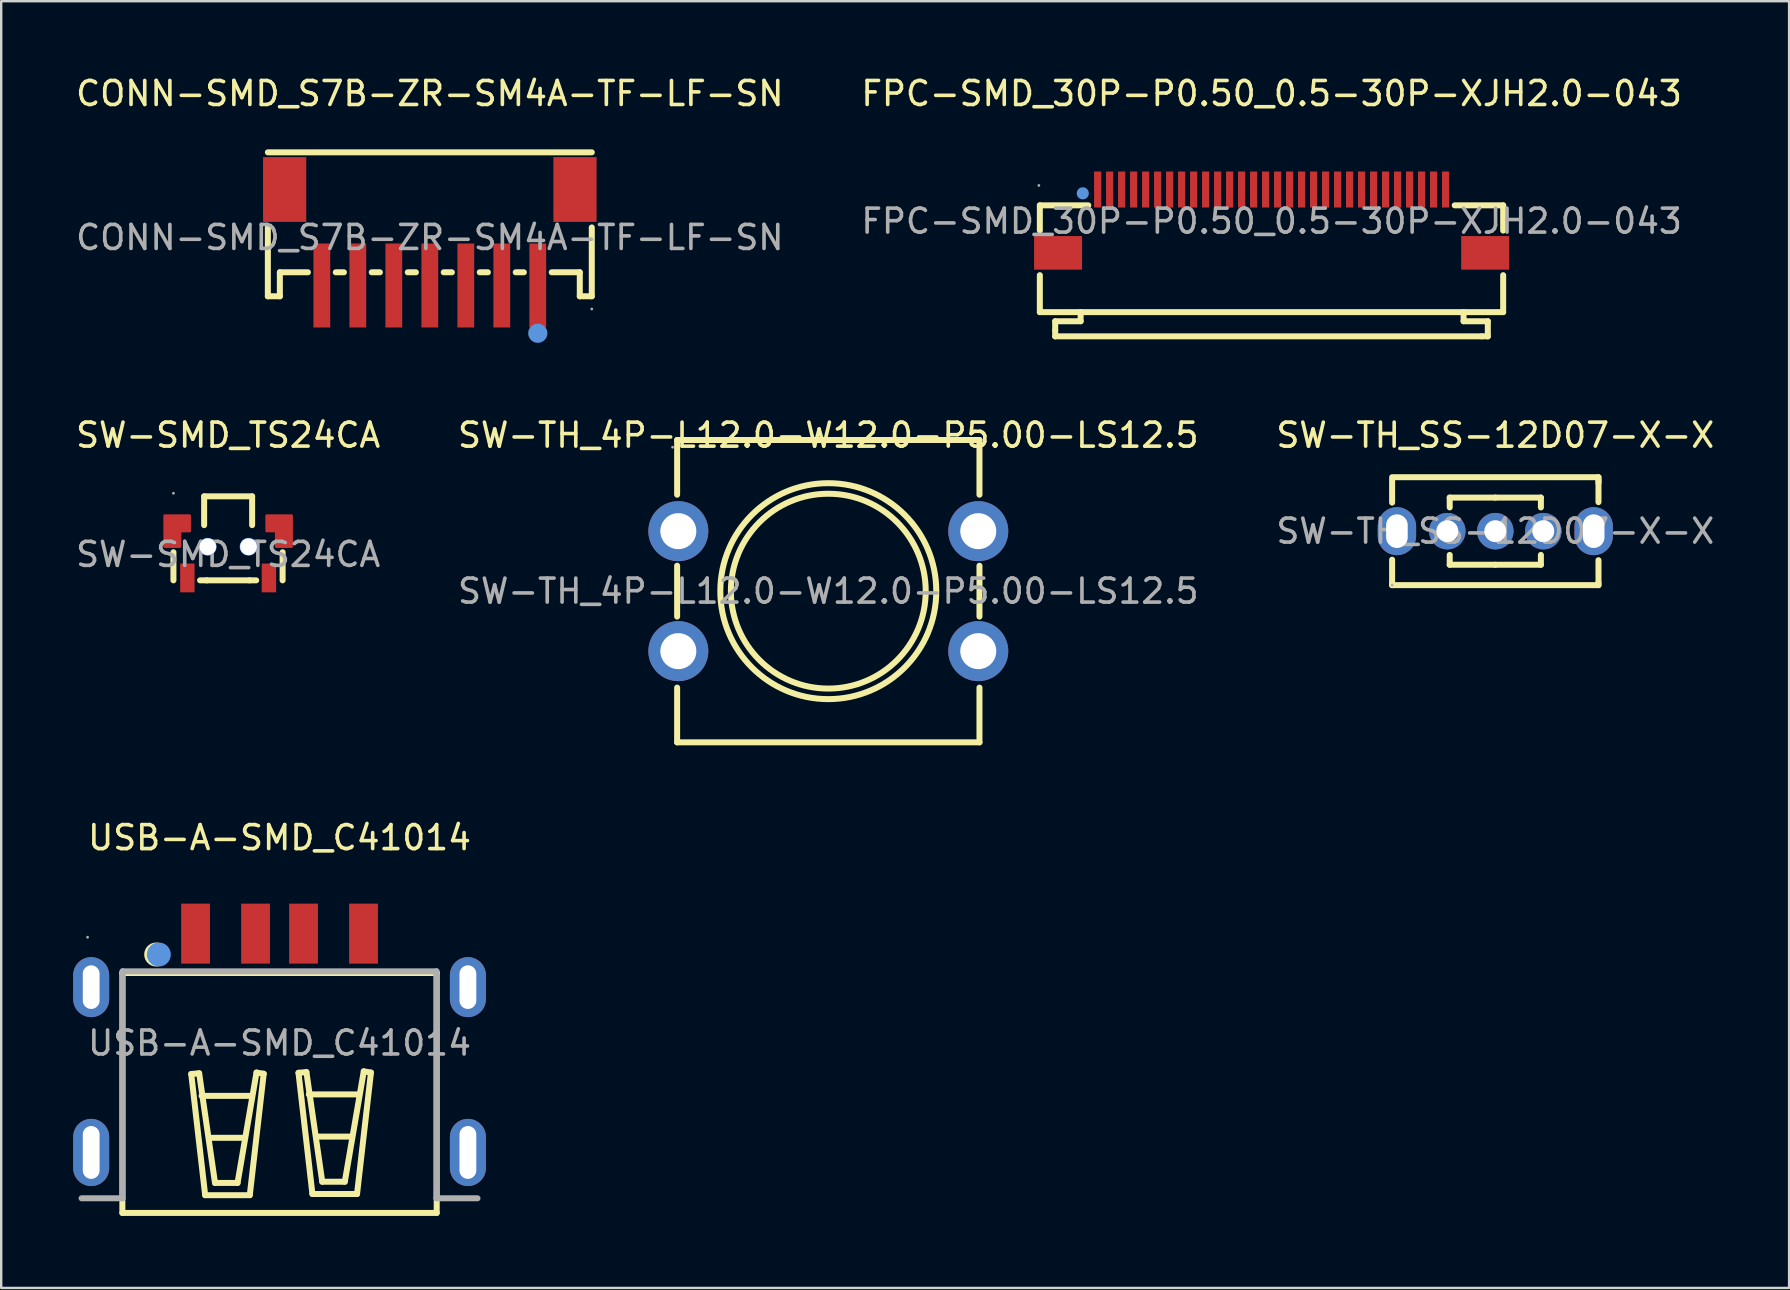
<source format=kicad_pcb>
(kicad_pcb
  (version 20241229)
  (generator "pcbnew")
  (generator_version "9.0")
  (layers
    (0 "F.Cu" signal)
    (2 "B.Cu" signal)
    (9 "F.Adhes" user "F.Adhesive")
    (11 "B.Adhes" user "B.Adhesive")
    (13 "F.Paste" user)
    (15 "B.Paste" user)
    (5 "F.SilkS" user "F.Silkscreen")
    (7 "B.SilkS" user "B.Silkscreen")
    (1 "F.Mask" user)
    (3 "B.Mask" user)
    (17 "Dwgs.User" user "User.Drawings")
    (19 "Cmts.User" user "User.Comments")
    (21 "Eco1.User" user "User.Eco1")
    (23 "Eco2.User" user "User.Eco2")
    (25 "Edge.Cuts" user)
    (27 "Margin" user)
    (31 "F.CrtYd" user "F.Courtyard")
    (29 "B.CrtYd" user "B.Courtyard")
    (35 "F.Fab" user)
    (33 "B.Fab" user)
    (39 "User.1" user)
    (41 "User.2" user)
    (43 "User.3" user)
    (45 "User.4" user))
  (footprint "SW-TH_SS-12D07-X-X"
    (layer "F.Cu")
    (at 59.268 19.087)
    (property "Reference" "SW-TH_SS-12D07-X-X" (at 0 -4 0) (layer "F.SilkS") (effects (font (size 1 1) (thickness 0.15))))
    (attr through_hole)
    (fp_line (start -4.3 -2.25) (end 4.3 -2.25) (stroke (width 0.25) (type solid)) (layer "F.SilkS"))
    (fp_line (start -4.3 -2.15) (end -4.3 -1.19) (stroke (width 0.25) (type solid)) (layer "F.SilkS"))
    (fp_line (start -4.3 1.19) (end -4.3 2.15) (stroke (width 0.25) (type solid)) (layer "F.SilkS"))
    (fp_line (start -4.3 2.15) (end -4.3 2.25) (stroke (width 0.25) (type solid)) (layer "F.SilkS"))
    (fp_line (start -4.3 2.25) (end 4.3 2.25) (stroke (width 0.25) (type solid)) (layer "F.SilkS"))
    (fp_line (start -1.9 -1.4) (end 0 -1.4) (stroke (width 0.25) (type solid)) (layer "F.SilkS"))
    (fp_line (start -1.9 -0.99) (end -1.9 -1.4) (stroke (width 0.25) (type solid)) (layer "F.SilkS"))
    (fp_line (start -1.9 1.4) (end -1.9 0.99) (stroke (width 0.25) (type solid)) (layer "F.SilkS"))
    (fp_line (start 0 -1.4) (end 1.9 -1.4) (stroke (width 0.25) (type solid)) (layer "F.SilkS"))
    (fp_line (start 0 1.4) (end -1.9 1.4) (stroke (width 0.25) (type solid)) (layer "F.SilkS"))
    (fp_line (start 1.9 -1.4) (end 1.9 -0.99) (stroke (width 0.25) (type solid)) (layer "F.SilkS"))
    (fp_line (start 1.9 0.99) (end 1.9 1.4) (stroke (width 0.25) (type solid)) (layer "F.SilkS"))
    (fp_line (start 1.9 1.4) (end 0 1.4) (stroke (width 0.25) (type solid)) (layer "F.SilkS"))
    (fp_line (start 4.3 -2.15) (end 4.3 -1.21) (stroke (width 0.25) (type solid)) (layer "F.SilkS"))
    (fp_line (start 4.3 -2.02) (end 4.3 -2.25) (stroke (width 0.25) (type solid)) (layer "F.SilkS"))
    (fp_line (start 4.3 1.21) (end 4.3 2.15) (stroke (width 0.25) (type solid)) (layer "F.SilkS"))
    (fp_line (start 4.3 2.15) (end 4.3 2.25) (stroke (width 0.25) (type solid)) (layer "F.SilkS"))
    (fp_circle (center -4.3 2.25) (end -4.27 2.25) (stroke (width 0.06) (type solid)) (fill no) (layer "F.Fab"))
    (fp_text user "${REFERENCE}" (at 0 0 0) (layer "F.Fab") (effects (font (size 1 1) (thickness 0.15))))
    (pad "1" thru_hole circle (at -2 0) (size 1.52 1.52) (drill 0.914) (layers "*.Cu" "*.Mask"))
    (pad "2" thru_hole circle (at 0 0) (size 1.52 1.52) (drill 0.914) (layers "*.Cu" "*.Mask"))
    (pad "3" thru_hole circle (at 2 0) (size 1.52 1.52) (drill 0.914) (layers "*.Cu" "*.Mask"))
    (pad "EH" thru_hole oval (at -4.1 0) (size 1.6 2) (drill oval 0.9 1.4) (layers "*.Cu" "*.Mask"))
    (pad "EH" thru_hole oval (at 4.1 0) (size 1.6 2) (drill oval 0.9 1.4) (layers "*.Cu" "*.Mask")))
  (footprint "FPC-SMD_30P-P0.50_0.5-30P-XJH2.0-043"
    (layer "F.Cu")
    (at 49.946 6.168)
    (property "Reference" "FPC-SMD_30P-P0.50_0.5-30P-XJH2.0-043" (at 0 -5.32 0) (layer "F.SilkS") (effects (font (size 1 1) (thickness 0.15))))
    (attr smd)
    (fp_line (start -9.66 -0.66) (end -7.64 -0.66) (stroke (width 0.25) (type solid)) (layer "F.SilkS"))
    (fp_line (start -9.66 0.39) (end -9.66 -0.66) (stroke (width 0.25) (type solid)) (layer "F.SilkS"))
    (fp_line (start -9.66 3.79) (end -9.66 2.25) (stroke (width 0.25) (type solid)) (layer "F.SilkS"))
    (fp_line (start -9.02 4.17) (end -9.02 4.55) (stroke (width 0.25) (type solid)) (layer "F.SilkS"))
    (fp_line (start -9.02 4.55) (end -9.02 4.8) (stroke (width 0.25) (type solid)) (layer "F.SilkS"))
    (fp_line (start -9.02 4.8) (end 8.76 4.8) (stroke (width 0.25) (type solid)) (layer "F.SilkS"))
    (fp_line (start -7.96 3.79) (end -7.96 4.17) (stroke (width 0.25) (type solid)) (layer "F.SilkS"))
    (fp_line (start -7.96 4.17) (end -9.02 4.17) (stroke (width 0.25) (type solid)) (layer "F.SilkS"))
    (fp_line (start 7.63 -0.66) (end 9.65 -0.66) (stroke (width 0.25) (type solid)) (layer "F.SilkS"))
    (fp_line (start 8 4.17) (end 8 3.79) (stroke (width 0.25) (type solid)) (layer "F.SilkS"))
    (fp_line (start 8.76 4.8) (end 9.01 4.8) (stroke (width 0.25) (type solid)) (layer "F.SilkS"))
    (fp_line (start 9.01 4.17) (end 8 4.17) (stroke (width 0.25) (type solid)) (layer "F.SilkS"))
    (fp_line (start 9.01 4.8) (end 9.01 4.17) (stroke (width 0.25) (type solid)) (layer "F.SilkS"))
    (fp_line (start 9.65 -0.66) (end 9.65 0.39) (stroke (width 0.25) (type solid)) (layer "F.SilkS"))
    (fp_line (start 9.65 2.25) (end 9.65 3.79) (stroke (width 0.25) (type solid)) (layer "F.SilkS"))
    (fp_line (start 9.65 3.79) (end -9.66 3.79) (stroke (width 0.25) (type solid)) (layer "F.SilkS"))
    (fp_circle (center -7.87 -1.16) (end -7.74 -1.16) (stroke (width 0.25) (type solid)) (fill no) (layer "Cmts.User"))
    (fp_circle (center -9.7 -1.49) (end -9.67 -1.49) (stroke (width 0.06) (type solid)) (fill no) (layer "F.Fab"))
    (fp_text user "${REFERENCE}" (at 0 0 0) (layer "F.Fab") (effects (font (size 1 1) (thickness 0.15))))
    (pad "1" smd rect (at -7.25 -1.32) (size 0.3 1.5) (layers "F.Cu" "F.Mask" "F.Paste"))
    (pad "2" smd rect (at -6.75 -1.32) (size 0.3 1.5) (layers "F.Cu" "F.Mask" "F.Paste"))
    (pad "3" smd rect (at -6.25 -1.32) (size 0.3 1.5) (layers "F.Cu" "F.Mask" "F.Paste"))
    (pad "4" smd rect (at -5.75 -1.32) (size 0.3 1.5) (layers "F.Cu" "F.Mask" "F.Paste"))
    (pad "5" smd rect (at -5.25 -1.32) (size 0.3 1.5) (layers "F.Cu" "F.Mask" "F.Paste"))
    (pad "6" smd rect (at -4.75 -1.32) (size 0.3 1.5) (layers "F.Cu" "F.Mask" "F.Paste"))
    (pad "7" smd rect (at -4.25 -1.32) (size 0.3 1.5) (layers "F.Cu" "F.Mask" "F.Paste"))
    (pad "8" smd rect (at -3.75 -1.32) (size 0.3 1.5) (layers "F.Cu" "F.Mask" "F.Paste"))
    (pad "9" smd rect (at -3.25 -1.32) (size 0.3 1.5) (layers "F.Cu" "F.Mask" "F.Paste"))
    (pad "10" smd rect (at -2.75 -1.32) (size 0.3 1.5) (layers "F.Cu" "F.Mask" "F.Paste"))
    (pad "11" smd rect (at -2.25 -1.32) (size 0.3 1.5) (layers "F.Cu" "F.Mask" "F.Paste"))
    (pad "12" smd rect (at -1.75 -1.32) (size 0.3 1.5) (layers "F.Cu" "F.Mask" "F.Paste"))
    (pad "13" smd rect (at -1.25 -1.32) (size 0.3 1.5) (layers "F.Cu" "F.Mask" "F.Paste"))
    (pad "14" smd rect (at -0.75 -1.32) (size 0.3 1.5) (layers "F.Cu" "F.Mask" "F.Paste"))
    (pad "15" smd rect (at -0.25 -1.32) (size 0.3 1.5) (layers "F.Cu" "F.Mask" "F.Paste"))
    (pad "16" smd rect (at 0.25 -1.32) (size 0.3 1.5) (layers "F.Cu" "F.Mask" "F.Paste"))
    (pad "17" smd rect (at 0.75 -1.32) (size 0.3 1.5) (layers "F.Cu" "F.Mask" "F.Paste"))
    (pad "18" smd rect (at 1.25 -1.32) (size 0.3 1.5) (layers "F.Cu" "F.Mask" "F.Paste"))
    (pad "19" smd rect (at 1.75 -1.32) (size 0.3 1.5) (layers "F.Cu" "F.Mask" "F.Paste"))
    (pad "20" smd rect (at 2.25 -1.32) (size 0.3 1.5) (layers "F.Cu" "F.Mask" "F.Paste"))
    (pad "21" smd rect (at 2.75 -1.32) (size 0.3 1.5) (layers "F.Cu" "F.Mask" "F.Paste"))
    (pad "22" smd rect (at 3.25 -1.32) (size 0.3 1.5) (layers "F.Cu" "F.Mask" "F.Paste"))
    (pad "23" smd rect (at 3.75 -1.32) (size 0.3 1.5) (layers "F.Cu" "F.Mask" "F.Paste"))
    (pad "24" smd rect (at 4.25 -1.32) (size 0.3 1.5) (layers "F.Cu" "F.Mask" "F.Paste"))
    (pad "25" smd rect (at 4.75 -1.32) (size 0.3 1.5) (layers "F.Cu" "F.Mask" "F.Paste"))
    (pad "26" smd rect (at 5.25 -1.32) (size 0.3 1.5) (layers "F.Cu" "F.Mask" "F.Paste"))
    (pad "27" smd rect (at 5.75 -1.32) (size 0.3 1.5) (layers "F.Cu" "F.Mask" "F.Paste"))
    (pad "28" smd rect (at 6.25 -1.32) (size 0.3 1.5) (layers "F.Cu" "F.Mask" "F.Paste"))
    (pad "29" smd rect (at 6.75 -1.32) (size 0.3 1.5) (layers "F.Cu" "F.Mask" "F.Paste"))
    (pad "30" smd rect (at 7.25 -1.32) (size 0.3 1.5) (layers "F.Cu" "F.Mask" "F.Paste"))
    (pad "31" smd rect (at -8.9 1.32) (size 2 1.4) (layers "F.Cu" "F.Mask" "F.Paste"))
    (pad "32" smd rect (at 8.9 1.32) (size 2 1.4) (layers "F.Cu" "F.Mask" "F.Paste")))
  (footprint "SW-TH_4P-L12.0-W12.0-P5.00-LS12.5"
    (layer "F.Cu")
    (at 31.47 21.587)
    (property "Reference" "SW-TH_4P-L12.0-W12.0-P5.00-LS12.5" (at 0 -6.5 0) (layer "F.SilkS") (effects (font (size 1 1) (thickness 0.15))))
    (attr through_hole)
    (fp_line (start -6.3 -6.3) (end -6.3 -4.02) (stroke (width 0.25) (type solid)) (layer "F.SilkS"))
    (fp_line (start -6.3 -6.3) (end 6.3 -6.3) (stroke (width 0.25) (type solid)) (layer "F.SilkS"))
    (fp_line (start -6.3 -1.06) (end -6.3 1.06) (stroke (width 0.25) (type solid)) (layer "F.SilkS"))
    (fp_line (start -6.3 4.02) (end -6.3 6.3) (stroke (width 0.25) (type solid)) (layer "F.SilkS"))
    (fp_line (start -6.3 6.3) (end 6.3 6.3) (stroke (width 0.25) (type solid)) (layer "F.SilkS"))
    (fp_line (start 6.3 -6.3) (end 6.3 -4.02) (stroke (width 0.25) (type solid)) (layer "F.SilkS"))
    (fp_line (start 6.3 -1.06) (end 6.3 1.06) (stroke (width 0.25) (type solid)) (layer "F.SilkS"))
    (fp_line (start 6.3 4.02) (end 6.3 6.3) (stroke (width 0.25) (type solid)) (layer "F.SilkS"))
    (fp_circle (center 0 0) (end 4.06 0) (stroke (width 0.25) (type solid)) (fill no) (layer "F.SilkS"))
    (fp_circle (center 0 0) (end 4.5 0) (stroke (width 0.25) (type solid)) (fill no) (layer "F.SilkS"))
    (fp_circle (center -6.49 -6) (end -6.46 -6) (stroke (width 0.06) (type solid)) (fill no) (layer "F.Fab"))
    (fp_text user "${REFERENCE}" (at 0 0 0) (layer "F.Fab") (effects (font (size 1 1) (thickness 0.15))))
    (pad "1" thru_hole circle (at -6.25 -2.5 180) (size 2.5 2.5) (drill 1.5) (layers "*.Cu" "*.Mask"))
    (pad "2" thru_hole circle (at 6.25 -2.5 180) (size 2.5 2.5) (drill 1.5) (layers "*.Cu" "*.Mask"))
    (pad "3" thru_hole circle (at -6.25 2.5 180) (size 2.5 2.5) (drill 1.5) (layers "*.Cu" "*.Mask"))
    (pad "4" thru_hole circle (at 6.25 2.5 180) (size 2.5 2.5) (drill 1.5) (layers "*.Cu" "*.Mask")))
  (footprint "USB-A-SMD_C41014"
    (layer "F.Cu")
    (at 8.6 40.42)
    (property "Reference" "USB-A-SMD_C41014" (at 0 -8.56 0) (layer "F.SilkS") (effects (font (size 1 1) (thickness 0.15))))
    (attr smd)
    (fp_line (start -6.55 -2.92) (end 6.55 -2.92) (stroke (width 0.25) (type solid)) (layer "F.SilkS"))
    (fp_line (start -6.55 7.08) (end -6.55 -2.92) (stroke (width 0.25) (type solid)) (layer "F.SilkS"))
    (fp_line (start -3.68 1.29) (end -3.1 6.34) (stroke (width 0.25) (type solid)) (layer "F.SilkS"))
    (fp_line (start -3.35 1.26) (end -3.68 1.29) (stroke (width 0.25) (type solid)) (layer "F.SilkS"))
    (fp_line (start -3.25 2.2) (end -1.17 2.2) (stroke (width 0.25) (type solid)) (layer "F.SilkS"))
    (fp_line (start -3.1 6.34) (end -1.24 6.34) (stroke (width 0.25) (type solid)) (layer "F.SilkS"))
    (fp_line (start -2.92 3.95) (end -1.47 3.95) (stroke (width 0.25) (type solid)) (layer "F.SilkS"))
    (fp_line (start -2.69 5.83) (end -3.35 1.26) (stroke (width 0.25) (type solid)) (layer "F.SilkS"))
    (fp_line (start -1.75 5.83) (end -2.69 5.83) (stroke (width 0.25) (type solid)) (layer "F.SilkS"))
    (fp_line (start -1.24 6.34) (end -0.66 1.28) (stroke (width 0.25) (type solid)) (layer "F.SilkS"))
    (fp_line (start -0.96 1.23) (end -1.75 5.83) (stroke (width 0.25) (type solid)) (layer "F.SilkS"))
    (fp_line (start -0.66 1.28) (end -0.96 1.23) (stroke (width 0.25) (type solid)) (layer "F.SilkS"))
    (fp_line (start 0.79 1.24) (end 1.12 1.21) (stroke (width 0.25) (type solid)) (layer "F.SilkS"))
    (fp_line (start 1.12 1.21) (end 1.78 5.78) (stroke (width 0.25) (type solid)) (layer "F.SilkS"))
    (fp_line (start 1.22 2.14) (end 3.3 2.14) (stroke (width 0.25) (type solid)) (layer "F.SilkS"))
    (fp_line (start 1.37 6.29) (end 0.79 1.24) (stroke (width 0.25) (type solid)) (layer "F.SilkS"))
    (fp_line (start 1.55 3.9) (end 3 3.9) (stroke (width 0.25) (type solid)) (layer "F.SilkS"))
    (fp_line (start 1.78 5.78) (end 2.72 5.78) (stroke (width 0.25) (type solid)) (layer "F.SilkS"))
    (fp_line (start 2.72 5.78) (end 3.51 1.18) (stroke (width 0.25) (type solid)) (layer "F.SilkS"))
    (fp_line (start 3.23 6.29) (end 1.37 6.29) (stroke (width 0.25) (type solid)) (layer "F.SilkS"))
    (fp_line (start 3.51 1.18) (end 3.81 1.23) (stroke (width 0.25) (type solid)) (layer "F.SilkS"))
    (fp_line (start 3.81 1.23) (end 3.23 6.29) (stroke (width 0.25) (type solid)) (layer "F.SilkS"))
    (fp_line (start 6.55 -2.92) (end 6.55 7.08) (stroke (width 0.25) (type solid)) (layer "F.SilkS"))
    (fp_line (start 6.55 7.08) (end -6.55 7.08) (stroke (width 0.25) (type solid)) (layer "F.SilkS"))
    (fp_circle (center -5.14 -3.69) (end -4.89 -3.69) (stroke (width 0.5) (type solid)) (fill no) (layer "F.SilkS"))
    (fp_circle (center -5.03 -3.69) (end -4.78 -3.69) (stroke (width 0.5) (type solid)) (fill no) (layer "Cmts.User"))
    (fp_line (start -6.54 -2.99) (end -6.54 6.47) (stroke (width 0.25) (type solid)) (layer "F.Fab"))
    (fp_line (start -6.54 6.47) (end -8.25 6.47) (stroke (width 0.25) (type solid)) (layer "F.Fab"))
    (fp_line (start 6.54 -2.99) (end -6.54 -2.99) (stroke (width 0.25) (type solid)) (layer "F.Fab"))
    (fp_line (start 6.54 -2.99) (end 6.54 6.47) (stroke (width 0.25) (type solid)) (layer "F.Fab"))
    (fp_line (start 6.54 6.47) (end 8.25 6.47) (stroke (width 0.25) (type solid)) (layer "F.Fab"))
    (fp_circle (center -8 -4.41) (end -7.97 -4.41) (stroke (width 0.06) (type solid)) (fill no) (layer "F.Fab"))
    (fp_text user "${REFERENCE}" (at 0 0 0) (layer "F.Fab") (effects (font (size 1 1) (thickness 0.15))))
    (pad "1" smd rect (at -3.5 -4.56) (size 1.2 2.5) (layers "F.Cu" "F.Mask" "F.Paste"))
    (pad "2" smd rect (at -1 -4.56) (size 1.2 2.5) (layers "F.Cu" "F.Mask" "F.Paste"))
    (pad "3" smd rect (at 1 -4.56) (size 1.2 2.5) (layers "F.Cu" "F.Mask" "F.Paste"))
    (pad "4" smd rect (at 3.5 -4.56) (size 1.2 2.5) (layers "F.Cu" "F.Mask" "F.Paste"))
    (pad "5" thru_hole oval (at 7.85 -2.33) (size 1.5 2.5) (drill oval 0.7 1.818) (layers "*.Cu" "*.Mask"))
    (pad "6" thru_hole oval (at 7.85 4.56) (size 1.5 2.8) (drill oval 0.7 2.201) (layers "*.Cu" "*.Mask"))
    (pad "7" thru_hole oval (at -7.85 -2.33) (size 1.5 2.5) (drill oval 0.7 1.818) (layers "*.Cu" "*.Mask"))
    (pad "8" thru_hole oval (at -7.85 4.56) (size 1.5 2.8) (drill oval 0.7 2.201) (layers "*.Cu" "*.Mask")))
  (footprint "CONN-SMD_S7B-ZR-SM4A-TF-LF-SN"
    (layer "F.Cu")
    (at 14.863 6.848)
    (property "Reference" "CONN-SMD_S7B-ZR-SM4A-TF-LF-SN" (at 0 -6 0) (layer "F.SilkS") (effects (font (size 1 1) (thickness 0.15))))
    (attr smd)
    (fp_line (start -6.75 -0.42) (end -6.75 2.45) (stroke (width 0.25) (type solid)) (layer "F.SilkS"))
    (fp_line (start -6.75 2.45) (end -6.25 2.45) (stroke (width 0.25) (type solid)) (layer "F.SilkS"))
    (fp_line (start -6.25 1.45) (end -5.08 1.45) (stroke (width 0.25) (type solid)) (layer "F.SilkS"))
    (fp_line (start -6.25 2.45) (end -6.25 1.45) (stroke (width 0.25) (type solid)) (layer "F.SilkS"))
    (fp_line (start -3.92 1.45) (end -3.58 1.45) (stroke (width 0.25) (type solid)) (layer "F.SilkS"))
    (fp_line (start -2.42 1.45) (end -2.08 1.45) (stroke (width 0.25) (type solid)) (layer "F.SilkS"))
    (fp_line (start -0.92 1.45) (end -0.58 1.45) (stroke (width 0.25) (type solid)) (layer "F.SilkS"))
    (fp_line (start 0.58 1.45) (end 0.92 1.45) (stroke (width 0.25) (type solid)) (layer "F.SilkS"))
    (fp_line (start 2.08 1.45) (end 2.42 1.45) (stroke (width 0.25) (type solid)) (layer "F.SilkS"))
    (fp_line (start 3.58 1.45) (end 3.92 1.45) (stroke (width 0.25) (type solid)) (layer "F.SilkS"))
    (fp_line (start 5.08 1.45) (end 6.25 1.45) (stroke (width 0.25) (type solid)) (layer "F.SilkS"))
    (fp_line (start 6.25 1.45) (end 6.25 2.45) (stroke (width 0.25) (type solid)) (layer "F.SilkS"))
    (fp_line (start 6.25 2.45) (end 6.75 2.45) (stroke (width 0.25) (type solid)) (layer "F.SilkS"))
    (fp_line (start 6.75 -3.55) (end -6.75 -3.55) (stroke (width 0.25) (type solid)) (layer "F.SilkS"))
    (fp_line (start 6.75 2.45) (end 6.75 -0.42) (stroke (width 0.25) (type solid)) (layer "F.SilkS"))
    (fp_circle (center 4.5 3.99) (end 4.7 3.99) (stroke (width 0.4) (type solid)) (fill no) (layer "Cmts.User"))
    (fp_circle (center 6.75 2.98) (end 6.78 2.98) (stroke (width 0.06) (type solid)) (fill no) (layer "F.Fab"))
    (fp_text user "${REFERENCE}" (at 0 0 0) (layer "F.Fab") (effects (font (size 1 1) (thickness 0.15))))
    (pad "1" smd rect (at 4.5 2 180) (size 0.7 3.5) (layers "F.Cu" "F.Mask" "F.Paste"))
    (pad "2" smd rect (at 3 2 180) (size 0.7 3.5) (layers "F.Cu" "F.Mask" "F.Paste"))
    (pad "3" smd rect (at 1.5 2 180) (size 0.7 3.5) (layers "F.Cu" "F.Mask" "F.Paste"))
    (pad "4" smd rect (at 0 2 180) (size 0.7 3.5) (layers "F.Cu" "F.Mask" "F.Paste"))
    (pad "5" smd rect (at -1.5 2 180) (size 0.7 3.5) (layers "F.Cu" "F.Mask" "F.Paste"))
    (pad "6" smd rect (at -3 2 180) (size 0.7 3.5) (layers "F.Cu" "F.Mask" "F.Paste"))
    (pad "7" smd rect (at -4.5 2 180) (size 0.7 3.5) (layers "F.Cu" "F.Mask" "F.Paste"))
    (pad "8" smd rect (at -6.05 -2) (size 1.8 2.7) (layers "F.Cu" "F.Mask" "F.Paste"))
    (pad "9" smd rect (at 6.05 -2) (size 1.8 2.7) (layers "F.Cu" "F.Mask" "F.Paste")))
  (footprint "SW-SMD_TS24CA"
    (layer "F.Cu")
    (at 6.458 20.056)
    (property "Reference" "SW-SMD_TS24CA" (at 0 -4.97 0) (layer "F.SilkS") (effects (font (size 1 1) (thickness 0.15))))
    (attr smd)
    (fp_line (start -2.28 -0.09) (end -2.28 1.08) (stroke (width 0.25) (type solid)) (layer "F.SilkS"))
    (fp_line (start -1 -2.42) (end -1 -1.22) (stroke (width 0.25) (type solid)) (layer "F.SilkS"))
    (fp_line (start -1 -2.42) (end 1 -2.42) (stroke (width 0.25) (type solid)) (layer "F.SilkS"))
    (fp_line (start -0.89 1.08) (end -1.17 1.08) (stroke (width 0.25) (type solid)) (layer "F.SilkS"))
    (fp_line (start -0.89 1.08) (end 0.89 1.08) (stroke (width 0.25) (type solid)) (layer "F.SilkS"))
    (fp_line (start 0.89 1.08) (end 1.17 1.08) (stroke (width 0.25) (type solid)) (layer "F.SilkS"))
    (fp_line (start 1 -2.42) (end 1 -1.22) (stroke (width 0.25) (type solid)) (layer "F.SilkS"))
    (fp_line (start 2.27 -0.09) (end 2.27 1.08) (stroke (width 0.25) (type solid)) (layer "F.SilkS"))
    (fp_circle (center -0.85 -0.32) (end -0.73 -0.32) (stroke (width 0.25) (type solid)) (fill no) (layer "Cmts.User"))
    (fp_circle (center 0.85 -0.32) (end 0.97 -0.32) (stroke (width 0.25) (type solid)) (fill no) (layer "Cmts.User"))
    (fp_circle (center -2.28 -2.55) (end -2.25 -2.55) (stroke (width 0.06) (type solid)) (fill no) (layer "F.Fab"))
    (fp_text user "${REFERENCE}" (at 0 0 0) (layer "F.Fab") (effects (font (size 1 1) (thickness 0.15))))
    (pad "" thru_hole circle (at -0.85 -0.32) (size 0.7 0.7) (drill 0.7) (layers "*.Cu" "*.Mask"))
    (pad "" thru_hole circle (at 0.85 -0.32) (size 0.7 0.7) (drill 0.7) (layers "*.Cu" "*.Mask"))
    (pad "1" smd custom (at -2.12 -0.97) (size 0.01 0.01) (layers "F.Cu" "F.Mask" "F.Paste") (options (anchor circle)) (primitives (gr_poly (pts (xy 0.52 0) (xy 0.52 -0.65) (xy -0.53 -0.65) (xy -0.53 0.65) (xy 0.12 0.65) (xy 0.12 0) (xy 0.52 0)) (width 0.1) (fill yes))))
    (pad "2" smd custom (at 2.12 -0.97) (size 0.01 0.01) (layers "F.Cu" "F.Mask" "F.Paste") (options (anchor circle)) (primitives (gr_poly (pts (xy 0.53 0.65) (xy 0.53 -0.65) (xy -0.52 -0.65) (xy -0.52 0) (xy -0.12 0) (xy -0.12 0.65) (xy 0.53 0.65)) (width 0.1) (fill yes))))
    (pad "3" smd rect (at -1.7 0.98 180) (size 0.6 1.2) (layers "F.Cu" "F.Mask" "F.Paste"))
    (pad "4" smd rect (at 1.7 0.98 180) (size 0.6 1.2) (layers "F.Cu" "F.Mask" "F.Paste")))
  (gr_rect
    (start -3 -3)
    (end 71.512 50.625)
    (stroke (width 0.1) (type default))
    (fill no)
    (layer "Edge.Cuts")))
</source>
